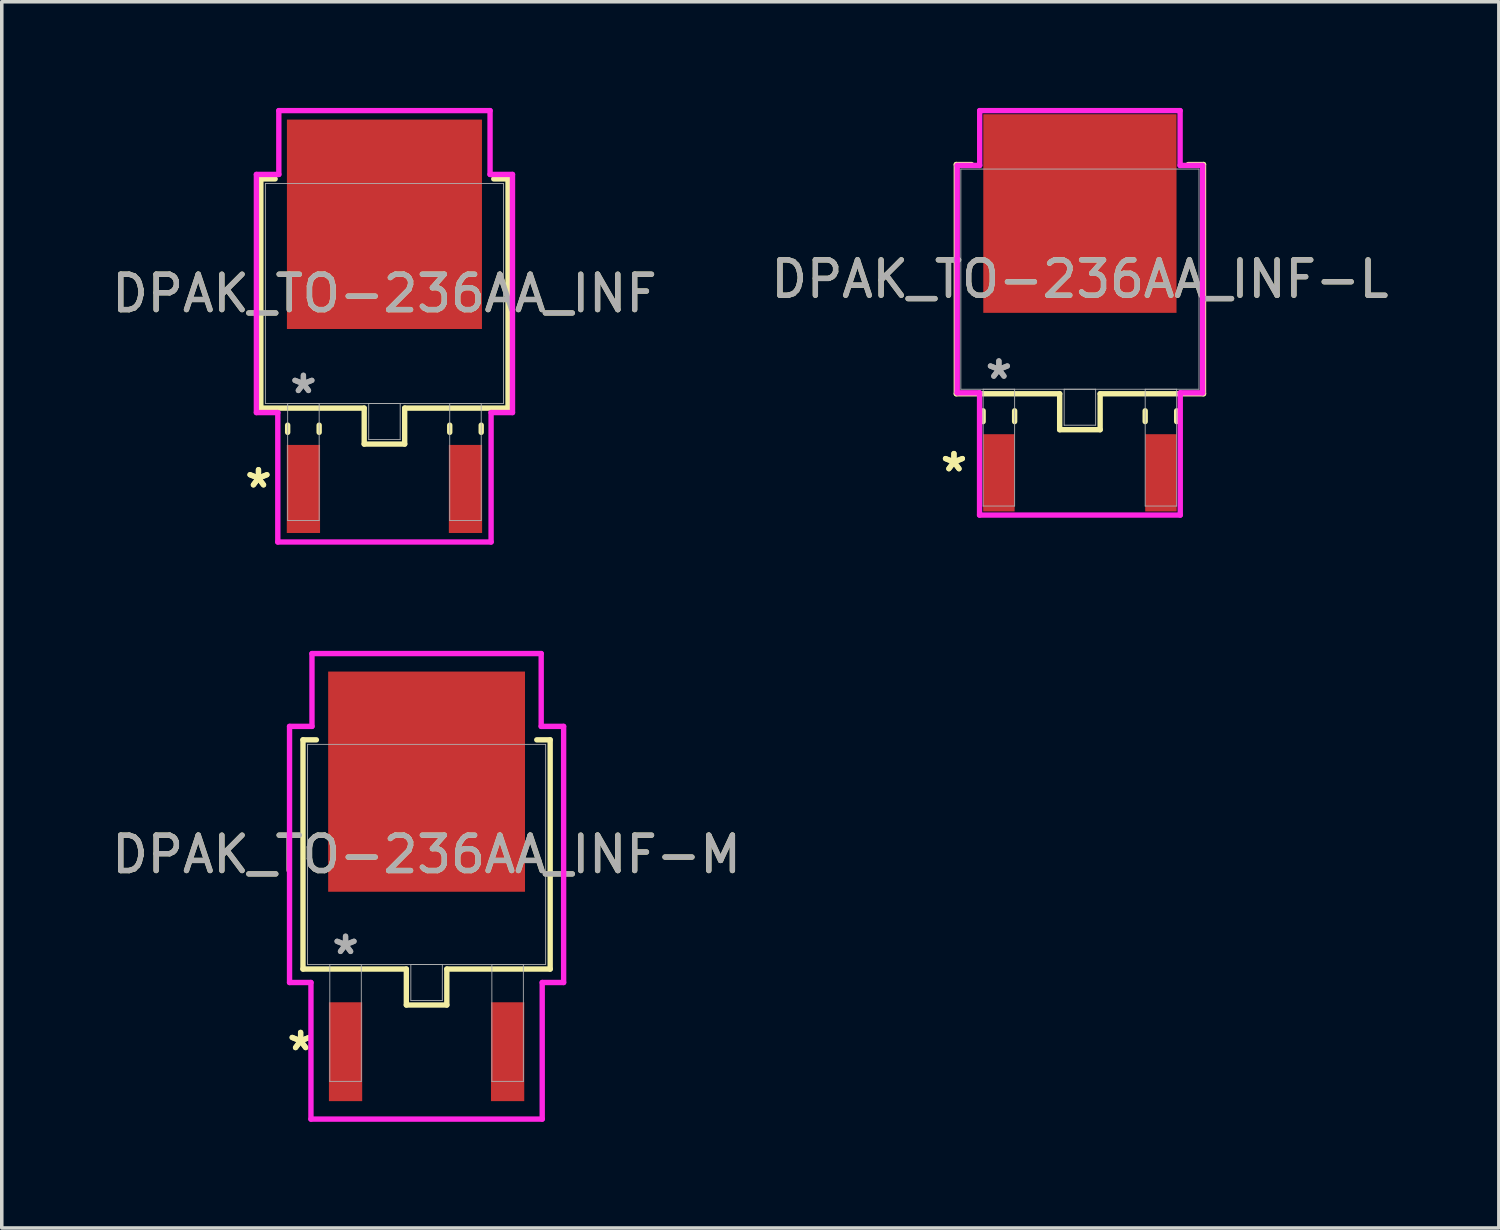
<source format=kicad_pcb>
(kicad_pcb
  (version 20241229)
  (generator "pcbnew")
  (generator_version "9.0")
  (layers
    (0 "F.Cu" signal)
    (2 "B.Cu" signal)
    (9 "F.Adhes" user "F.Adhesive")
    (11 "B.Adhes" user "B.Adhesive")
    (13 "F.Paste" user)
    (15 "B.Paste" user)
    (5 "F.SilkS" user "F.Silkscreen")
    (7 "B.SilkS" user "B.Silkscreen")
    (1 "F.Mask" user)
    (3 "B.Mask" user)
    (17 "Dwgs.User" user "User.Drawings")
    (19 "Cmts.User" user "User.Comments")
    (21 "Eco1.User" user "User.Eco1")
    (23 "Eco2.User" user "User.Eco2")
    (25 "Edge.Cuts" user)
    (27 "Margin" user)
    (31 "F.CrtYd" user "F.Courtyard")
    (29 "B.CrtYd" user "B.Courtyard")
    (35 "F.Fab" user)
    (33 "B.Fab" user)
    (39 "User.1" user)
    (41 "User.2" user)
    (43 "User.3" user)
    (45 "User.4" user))
  (footprint "DPAK_TO-236AA_INF-L"
    (layer "F.Cu")
    (at 27.47 4.839)
    (property "Reference" "DPAK_TO-236AA_INF-L" (at 0 0 0) (unlocked yes) (layer "F.SilkS") (effects (font (size 1 1) (thickness 0.15))))
    (attr smd)
    (fp_line (start -3.493 -3.239) (end -3.493 3.239) (stroke (width 0.152) (type solid)) (layer "F.SilkS"))
    (fp_line (start -3.493 3.239) (end -0.572 3.239) (stroke (width 0.152) (type solid)) (layer "F.SilkS"))
    (fp_line (start -3.063 -3.239) (end -3.493 -3.239) (stroke (width 0.152) (type solid)) (layer "F.SilkS"))
    (fp_line (start -2.735 3.721) (end -2.735 4.026) (stroke (width 0.152) (type solid)) (layer "F.SilkS"))
    (fp_line (start -1.845 3.721) (end -1.845 4.026) (stroke (width 0.152) (type solid)) (layer "F.SilkS"))
    (fp_line (start -0.572 3.239) (end -0.572 4.255) (stroke (width 0.152) (type solid)) (layer "F.SilkS"))
    (fp_line (start -0.572 4.255) (end 0.572 4.255) (stroke (width 0.152) (type solid)) (layer "F.SilkS"))
    (fp_line (start 0.572 3.239) (end 3.493 3.239) (stroke (width 0.152) (type solid)) (layer "F.SilkS"))
    (fp_line (start 0.572 4.255) (end 0.572 3.239) (stroke (width 0.152) (type solid)) (layer "F.SilkS"))
    (fp_line (start 1.845 3.721) (end 1.845 4.026) (stroke (width 0.152) (type solid)) (layer "F.SilkS"))
    (fp_line (start 2.735 3.721) (end 2.735 4.026) (stroke (width 0.152) (type solid)) (layer "F.SilkS"))
    (fp_line (start 3.493 -3.239) (end 3.063 -3.239) (stroke (width 0.152) (type solid)) (layer "F.SilkS"))
    (fp_line (start 3.493 3.239) (end 3.493 -3.239) (stroke (width 0.152) (type solid)) (layer "F.SilkS"))
    (fp_line (start -3.467 -3.213) (end -2.832 -3.213) (stroke (width 0.152) (type solid)) (layer "F.CrtYd"))
    (fp_line (start -3.467 3.213) (end -3.467 -3.213) (stroke (width 0.152) (type solid)) (layer "F.CrtYd"))
    (fp_line (start -2.836 3.213) (end -3.467 3.213) (stroke (width 0.152) (type solid)) (layer "F.CrtYd"))
    (fp_line (start -2.836 6.668) (end -2.836 3.213) (stroke (width 0.152) (type solid)) (layer "F.CrtYd"))
    (fp_line (start -2.832 -4.763) (end 2.832 -4.763) (stroke (width 0.152) (type solid)) (layer "F.CrtYd"))
    (fp_line (start -2.832 -3.213) (end -2.832 -4.763) (stroke (width 0.152) (type solid)) (layer "F.CrtYd"))
    (fp_line (start 2.832 -4.763) (end 2.832 -3.213) (stroke (width 0.152) (type solid)) (layer "F.CrtYd"))
    (fp_line (start 2.832 -3.213) (end 3.467 -3.213) (stroke (width 0.152) (type solid)) (layer "F.CrtYd"))
    (fp_line (start 2.836 3.213) (end 2.836 6.668) (stroke (width 0.152) (type solid)) (layer "F.CrtYd"))
    (fp_line (start 2.836 6.668) (end -2.836 6.668) (stroke (width 0.152) (type solid)) (layer "F.CrtYd"))
    (fp_line (start 3.467 -3.213) (end 3.467 3.213) (stroke (width 0.152) (type solid)) (layer "F.CrtYd"))
    (fp_line (start 3.467 3.213) (end 2.836 3.213) (stroke (width 0.152) (type solid)) (layer "F.CrtYd"))
    (fp_line (start -3.365 -3.111) (end -3.365 3.111) (stroke (width 0.025) (type solid)) (layer "F.Fab"))
    (fp_line (start -3.365 3.111) (end 3.365 3.111) (stroke (width 0.025) (type solid)) (layer "F.Fab"))
    (fp_line (start -2.735 3.111) (end -2.735 6.413) (stroke (width 0.025) (type solid)) (layer "F.Fab"))
    (fp_line (start -2.735 6.413) (end -1.845 6.413) (stroke (width 0.025) (type solid)) (layer "F.Fab"))
    (fp_line (start -1.845 3.111) (end -2.735 3.111) (stroke (width 0.025) (type solid)) (layer "F.Fab"))
    (fp_line (start -1.845 6.413) (end -1.845 3.111) (stroke (width 0.025) (type solid)) (layer "F.Fab"))
    (fp_line (start -0.445 3.111) (end -0.445 4.128) (stroke (width 0.025) (type solid)) (layer "F.Fab"))
    (fp_line (start -0.445 4.128) (end 0.445 4.128) (stroke (width 0.025) (type solid)) (layer "F.Fab"))
    (fp_line (start 0.445 3.111) (end -0.445 3.111) (stroke (width 0.025) (type solid)) (layer "F.Fab"))
    (fp_line (start 0.445 4.128) (end 0.445 3.111) (stroke (width 0.025) (type solid)) (layer "F.Fab"))
    (fp_line (start 1.845 3.111) (end 1.845 6.413) (stroke (width 0.025) (type solid)) (layer "F.Fab"))
    (fp_line (start 1.845 6.413) (end 2.735 6.413) (stroke (width 0.025) (type solid)) (layer "F.Fab"))
    (fp_line (start 2.735 3.111) (end 1.845 3.111) (stroke (width 0.025) (type solid)) (layer "F.Fab"))
    (fp_line (start 2.735 6.413) (end 2.735 3.111) (stroke (width 0.025) (type solid)) (layer "F.Fab"))
    (fp_line (start 3.365 -3.111) (end -3.365 -3.111) (stroke (width 0.025) (type solid)) (layer "F.Fab"))
    (fp_line (start 3.365 3.111) (end 3.365 -3.111) (stroke (width 0.025) (type solid)) (layer "F.Fab"))
    (fp_text user "*" (at -3.56 5.474 0) (unlocked yes) (layer "F.SilkS") (effects (font (size 1 1) (thickness 0.15))))
    (fp_text user "*" (at -3.56 5.474 0) (layer "F.SilkS") (effects (font (size 1 1) (thickness 0.15))))
    (fp_text user "${REFERENCE}" (at 0 0 0) (unlocked yes) (layer "F.Fab") (effects (font (size 1 1) (thickness 0.15))))
    (fp_text user "*" (at -2.29 2.857 0) (layer "F.Fab") (effects (font (size 1 1) (thickness 0.15))))
    (fp_text user "*" (at -2.29 2.857 0) (unlocked yes) (layer "F.Fab") (effects (font (size 1 1) (thickness 0.15))))
    (pad "1" smd rect (at -2.29 5.474) (size 0.889 2.184) (layers "F.Cu" "F.Mask" "F.Paste"))
    (pad "2" smd rect (at 0 -1.854) (size 5.461 5.613) (layers "F.Cu" "F.Mask" "F.Paste"))
    (pad "3" smd rect (at 2.29 5.474) (size 0.889 2.184) (layers "F.Cu" "F.Mask" "F.Paste")))
  (footprint "DPAK_TO-236AA_INF"
    (layer "F.Cu")
    (at 7.815 5.245)
    (property "Reference" "DPAK_TO-236AA_INF" (at 0 0 0) (unlocked yes) (layer "F.SilkS") (effects (font (size 1 1) (thickness 0.15))))
    (attr smd)
    (fp_line (start -3.493 -3.239) (end -3.493 3.239) (stroke (width 0.152) (type solid)) (layer "F.SilkS"))
    (fp_line (start -3.493 3.239) (end -0.572 3.239) (stroke (width 0.152) (type solid)) (layer "F.SilkS"))
    (fp_line (start -3.089 -3.239) (end -3.493 -3.239) (stroke (width 0.152) (type solid)) (layer "F.SilkS"))
    (fp_line (start -2.735 3.721) (end -2.735 3.924) (stroke (width 0.152) (type solid)) (layer "F.SilkS"))
    (fp_line (start -1.845 3.721) (end -1.845 3.924) (stroke (width 0.152) (type solid)) (layer "F.SilkS"))
    (fp_line (start -0.572 3.239) (end -0.572 4.255) (stroke (width 0.152) (type solid)) (layer "F.SilkS"))
    (fp_line (start -0.572 4.255) (end 0.572 4.255) (stroke (width 0.152) (type solid)) (layer "F.SilkS"))
    (fp_line (start 0.572 3.239) (end 3.493 3.239) (stroke (width 0.152) (type solid)) (layer "F.SilkS"))
    (fp_line (start 0.572 4.255) (end 0.572 3.239) (stroke (width 0.152) (type solid)) (layer "F.SilkS"))
    (fp_line (start 1.845 3.721) (end 1.845 3.924) (stroke (width 0.152) (type solid)) (layer "F.SilkS"))
    (fp_line (start 2.735 3.721) (end 2.735 3.924) (stroke (width 0.152) (type solid)) (layer "F.SilkS"))
    (fp_line (start 3.493 -3.239) (end 3.089 -3.239) (stroke (width 0.152) (type solid)) (layer "F.SilkS"))
    (fp_line (start 3.493 3.239) (end 3.493 -3.239) (stroke (width 0.152) (type solid)) (layer "F.SilkS"))
    (fp_line (start -3.619 -3.365) (end -2.985 -3.365) (stroke (width 0.152) (type solid)) (layer "F.CrtYd"))
    (fp_line (start -3.619 3.365) (end -3.619 -3.365) (stroke (width 0.152) (type solid)) (layer "F.CrtYd"))
    (fp_line (start -3.014 3.365) (end -3.619 3.365) (stroke (width 0.152) (type solid)) (layer "F.CrtYd"))
    (fp_line (start -3.014 7.023) (end -3.014 3.365) (stroke (width 0.152) (type solid)) (layer "F.CrtYd"))
    (fp_line (start -2.985 -5.169) (end 2.985 -5.169) (stroke (width 0.152) (type solid)) (layer "F.CrtYd"))
    (fp_line (start -2.985 -3.365) (end -2.985 -5.169) (stroke (width 0.152) (type solid)) (layer "F.CrtYd"))
    (fp_line (start 2.985 -5.169) (end 2.985 -3.365) (stroke (width 0.152) (type solid)) (layer "F.CrtYd"))
    (fp_line (start 2.985 -3.365) (end 3.619 -3.365) (stroke (width 0.152) (type solid)) (layer "F.CrtYd"))
    (fp_line (start 3.014 3.365) (end 3.014 7.023) (stroke (width 0.152) (type solid)) (layer "F.CrtYd"))
    (fp_line (start 3.014 7.023) (end -3.014 7.023) (stroke (width 0.152) (type solid)) (layer "F.CrtYd"))
    (fp_line (start 3.619 -3.365) (end 3.619 3.365) (stroke (width 0.152) (type solid)) (layer "F.CrtYd"))
    (fp_line (start 3.619 3.365) (end 3.014 3.365) (stroke (width 0.152) (type solid)) (layer "F.CrtYd"))
    (fp_line (start -3.365 -3.111) (end -3.365 3.111) (stroke (width 0.025) (type solid)) (layer "F.Fab"))
    (fp_line (start -3.365 3.111) (end 3.365 3.111) (stroke (width 0.025) (type solid)) (layer "F.Fab"))
    (fp_line (start -2.735 3.111) (end -2.735 6.413) (stroke (width 0.025) (type solid)) (layer "F.Fab"))
    (fp_line (start -2.735 6.413) (end -1.845 6.413) (stroke (width 0.025) (type solid)) (layer "F.Fab"))
    (fp_line (start -1.845 3.111) (end -2.735 3.111) (stroke (width 0.025) (type solid)) (layer "F.Fab"))
    (fp_line (start -1.845 6.413) (end -1.845 3.111) (stroke (width 0.025) (type solid)) (layer "F.Fab"))
    (fp_line (start -0.445 3.111) (end -0.445 4.128) (stroke (width 0.025) (type solid)) (layer "F.Fab"))
    (fp_line (start -0.445 4.128) (end 0.445 4.128) (stroke (width 0.025) (type solid)) (layer "F.Fab"))
    (fp_line (start 0.445 3.111) (end -0.445 3.111) (stroke (width 0.025) (type solid)) (layer "F.Fab"))
    (fp_line (start 0.445 4.128) (end 0.445 3.111) (stroke (width 0.025) (type solid)) (layer "F.Fab"))
    (fp_line (start 1.845 3.111) (end 1.845 6.413) (stroke (width 0.025) (type solid)) (layer "F.Fab"))
    (fp_line (start 1.845 6.413) (end 2.735 6.413) (stroke (width 0.025) (type solid)) (layer "F.Fab"))
    (fp_line (start 2.735 3.111) (end 1.845 3.111) (stroke (width 0.025) (type solid)) (layer "F.Fab"))
    (fp_line (start 2.735 6.413) (end 2.735 3.111) (stroke (width 0.025) (type solid)) (layer "F.Fab"))
    (fp_line (start 3.365 -3.111) (end -3.365 -3.111) (stroke (width 0.025) (type solid)) (layer "F.Fab"))
    (fp_line (start 3.365 3.111) (end 3.365 -3.111) (stroke (width 0.025) (type solid)) (layer "F.Fab"))
    (fp_text user "*" (at -3.56 5.524 0) (unlocked yes) (layer "F.SilkS") (effects (font (size 1 1) (thickness 0.15))))
    (fp_text user "*" (at -3.56 5.524 0) (layer "F.SilkS") (effects (font (size 1 1) (thickness 0.15))))
    (fp_text user "*" (at -2.29 2.857 0) (unlocked yes) (layer "F.Fab") (effects (font (size 1 1) (thickness 0.15))))
    (fp_text user "${REFERENCE}" (at 0 0 0) (unlocked yes) (layer "F.Fab") (effects (font (size 1 1) (thickness 0.15))))
    (fp_text user "*" (at -2.29 2.857 0) (layer "F.Fab") (effects (font (size 1 1) (thickness 0.15))))
    (pad "1" smd rect (at -2.29 5.524) (size 0.94 2.489) (layers "F.Cu" "F.Mask" "F.Paste"))
    (pad "2" smd rect (at 0 -1.956) (size 5.512 5.918) (layers "F.Cu" "F.Mask" "F.Paste"))
    (pad "3" smd rect (at 2.29 5.524) (size 0.94 2.489) (layers "F.Cu" "F.Mask" "F.Paste")))
  (footprint "DPAK_TO-236AA_INF-M"
    (layer "F.Cu")
    (at 9.006 21.098)
    (property "Reference" "DPAK_TO-236AA_INF-M" (at 0 0 0) (unlocked yes) (layer "F.SilkS") (effects (font (size 1 1) (thickness 0.15))))
    (attr smd)
    (fp_line (start -3.493 -3.239) (end -3.493 3.239) (stroke (width 0.152) (type solid)) (layer "F.SilkS"))
    (fp_line (start -3.493 3.239) (end -0.572 3.239) (stroke (width 0.152) (type solid)) (layer "F.SilkS"))
    (fp_line (start -3.114 -3.239) (end -3.493 -3.239) (stroke (width 0.152) (type solid)) (layer "F.SilkS"))
    (fp_line (start -0.572 3.239) (end -0.572 4.255) (stroke (width 0.152) (type solid)) (layer "F.SilkS"))
    (fp_line (start -0.572 4.255) (end 0.572 4.255) (stroke (width 0.152) (type solid)) (layer "F.SilkS"))
    (fp_line (start 0.572 3.239) (end 3.493 3.239) (stroke (width 0.152) (type solid)) (layer "F.SilkS"))
    (fp_line (start 0.572 4.255) (end 0.572 3.239) (stroke (width 0.152) (type solid)) (layer "F.SilkS"))
    (fp_line (start 3.493 -3.239) (end 3.114 -3.239) (stroke (width 0.152) (type solid)) (layer "F.SilkS"))
    (fp_line (start 3.493 3.239) (end 3.493 -3.239) (stroke (width 0.152) (type solid)) (layer "F.SilkS"))
    (fp_line (start -3.873 -3.619) (end -3.239 -3.619) (stroke (width 0.152) (type solid)) (layer "F.CrtYd"))
    (fp_line (start -3.873 3.619) (end -3.873 -3.619) (stroke (width 0.152) (type solid)) (layer "F.CrtYd"))
    (fp_line (start -3.268 3.619) (end -3.873 3.619) (stroke (width 0.152) (type solid)) (layer "F.CrtYd"))
    (fp_line (start -3.268 7.48) (end -3.268 3.619) (stroke (width 0.152) (type solid)) (layer "F.CrtYd"))
    (fp_line (start -3.239 -5.677) (end 3.239 -5.677) (stroke (width 0.152) (type solid)) (layer "F.CrtYd"))
    (fp_line (start -3.239 -3.619) (end -3.239 -5.677) (stroke (width 0.152) (type solid)) (layer "F.CrtYd"))
    (fp_line (start 3.239 -5.677) (end 3.239 -3.619) (stroke (width 0.152) (type solid)) (layer "F.CrtYd"))
    (fp_line (start 3.239 -3.619) (end 3.873 -3.619) (stroke (width 0.152) (type solid)) (layer "F.CrtYd"))
    (fp_line (start 3.268 3.619) (end 3.268 7.48) (stroke (width 0.152) (type solid)) (layer "F.CrtYd"))
    (fp_line (start 3.268 7.48) (end -3.268 7.48) (stroke (width 0.152) (type solid)) (layer "F.CrtYd"))
    (fp_line (start 3.873 -3.619) (end 3.873 3.619) (stroke (width 0.152) (type solid)) (layer "F.CrtYd"))
    (fp_line (start 3.873 3.619) (end 3.268 3.619) (stroke (width 0.152) (type solid)) (layer "F.CrtYd"))
    (fp_line (start -3.365 -3.111) (end -3.365 3.111) (stroke (width 0.025) (type solid)) (layer "F.Fab"))
    (fp_line (start -3.365 3.111) (end 3.365 3.111) (stroke (width 0.025) (type solid)) (layer "F.Fab"))
    (fp_line (start -2.735 3.111) (end -2.735 6.413) (stroke (width 0.025) (type solid)) (layer "F.Fab"))
    (fp_line (start -2.735 6.413) (end -1.845 6.413) (stroke (width 0.025) (type solid)) (layer "F.Fab"))
    (fp_line (start -1.845 3.111) (end -2.735 3.111) (stroke (width 0.025) (type solid)) (layer "F.Fab"))
    (fp_line (start -1.845 6.413) (end -1.845 3.111) (stroke (width 0.025) (type solid)) (layer "F.Fab"))
    (fp_line (start -0.445 3.111) (end -0.445 4.128) (stroke (width 0.025) (type solid)) (layer "F.Fab"))
    (fp_line (start -0.445 4.128) (end 0.445 4.128) (stroke (width 0.025) (type solid)) (layer "F.Fab"))
    (fp_line (start 0.445 3.111) (end -0.445 3.111) (stroke (width 0.025) (type solid)) (layer "F.Fab"))
    (fp_line (start 0.445 4.128) (end 0.445 3.111) (stroke (width 0.025) (type solid)) (layer "F.Fab"))
    (fp_line (start 1.845 3.111) (end 1.845 6.413) (stroke (width 0.025) (type solid)) (layer "F.Fab"))
    (fp_line (start 1.845 6.413) (end 2.735 6.413) (stroke (width 0.025) (type solid)) (layer "F.Fab"))
    (fp_line (start 2.735 3.111) (end 1.845 3.111) (stroke (width 0.025) (type solid)) (layer "F.Fab"))
    (fp_line (start 2.735 6.413) (end 2.735 3.111) (stroke (width 0.025) (type solid)) (layer "F.Fab"))
    (fp_line (start 3.365 -3.111) (end -3.365 -3.111) (stroke (width 0.025) (type solid)) (layer "F.Fab"))
    (fp_line (start 3.365 3.111) (end 3.365 -3.111) (stroke (width 0.025) (type solid)) (layer "F.Fab"))
    (fp_text user "*" (at -3.56 5.575 0) (unlocked yes) (layer "F.SilkS") (effects (font (size 1 1) (thickness 0.15))))
    (fp_text user "*" (at -3.56 5.575 0) (layer "F.SilkS") (effects (font (size 1 1) (thickness 0.15))))
    (fp_text user "${REFERENCE}" (at 0 0 0) (unlocked yes) (layer "F.Fab") (effects (font (size 1 1) (thickness 0.15))))
    (fp_text user "*" (at -2.29 2.857 0) (unlocked yes) (layer "F.Fab") (effects (font (size 1 1) (thickness 0.15))))
    (fp_text user "*" (at -2.29 2.857 0) (layer "F.Fab") (effects (font (size 1 1) (thickness 0.15))))
    (pad "1" smd rect (at -2.29 5.575) (size 0.94 2.794) (layers "F.Cu" "F.Mask" "F.Paste"))
    (pad "2" smd rect (at 0 -2.057) (size 5.563 6.223) (layers "F.Cu" "F.Mask" "F.Paste"))
    (pad "3" smd rect (at 2.29 5.575) (size 0.94 2.794) (layers "F.Cu" "F.Mask" "F.Paste")))
  (gr_rect
    (start -3 -3)
    (end 39.31 31.654)
    (stroke (width 0.1) (type default))
    (fill no)
    (layer "Edge.Cuts")))
</source>
